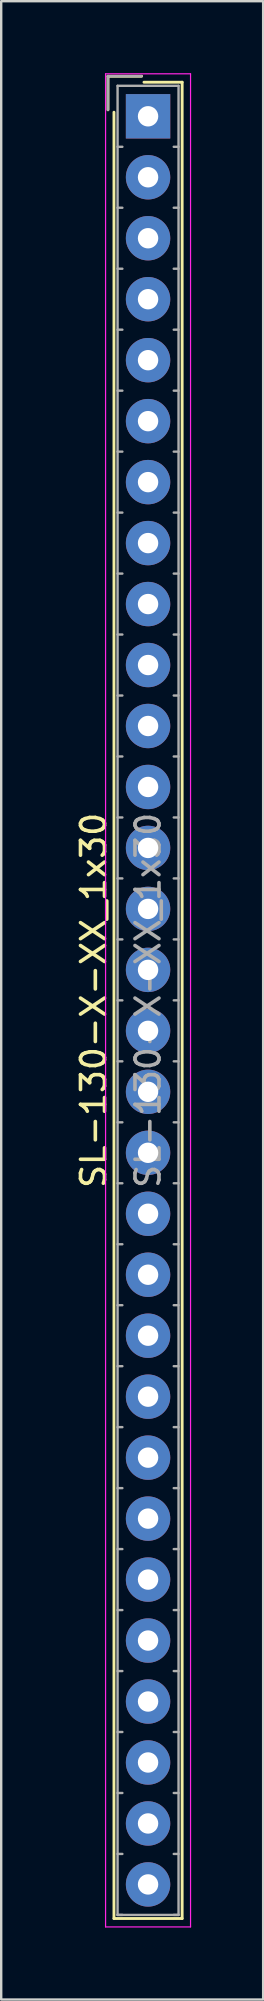
<source format=kicad_pcb>
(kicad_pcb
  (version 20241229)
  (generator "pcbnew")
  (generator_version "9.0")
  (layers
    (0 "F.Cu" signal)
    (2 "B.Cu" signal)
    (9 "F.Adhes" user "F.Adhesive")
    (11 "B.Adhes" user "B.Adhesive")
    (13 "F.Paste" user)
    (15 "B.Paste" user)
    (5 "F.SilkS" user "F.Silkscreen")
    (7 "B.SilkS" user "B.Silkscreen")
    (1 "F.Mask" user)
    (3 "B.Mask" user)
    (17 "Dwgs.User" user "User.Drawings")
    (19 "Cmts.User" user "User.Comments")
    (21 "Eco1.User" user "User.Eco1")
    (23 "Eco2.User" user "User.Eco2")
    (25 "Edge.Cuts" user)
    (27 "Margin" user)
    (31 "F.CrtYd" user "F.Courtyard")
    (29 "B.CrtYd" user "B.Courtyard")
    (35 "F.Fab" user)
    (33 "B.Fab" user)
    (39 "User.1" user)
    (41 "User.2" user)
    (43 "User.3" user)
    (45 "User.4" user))
  (footprint "SL-130-X-XX_1x30"
    (layer "F.Cu")
    (at 3.118 1.795)
    (property "Reference" "SL-130-X-XX_1x30" (at -2.27 36.83 90) (layer "F.SilkS") (effects (font (size 1 1) (thickness 0.15))))
    (attr through_hole)
    (fp_line (start -1.67 -1.67) (end -1.67 -0.27) (stroke (width 0.12) (type solid)) (layer "F.SilkS"))
    (fp_line (start -1.42 75.08) (end -1.42 -0.17) (stroke (width 0.12) (type solid)) (layer "F.SilkS"))
    (fp_line (start -0.27 -1.67) (end -1.67 -1.67) (stroke (width 0.12) (type solid)) (layer "F.SilkS"))
    (fp_line (start -0.17 -1.42) (end 1.42 -1.42) (stroke (width 0.12) (type solid)) (layer "F.SilkS"))
    (fp_line (start 1.42 -1.42) (end 1.42 75.08) (stroke (width 0.12) (type solid)) (layer "F.SilkS"))
    (fp_line (start 1.42 75.08) (end -1.42 75.08) (stroke (width 0.12) (type solid)) (layer "F.SilkS"))
    (fp_line (start -1.77 -1.77) (end -1.77 75.43) (stroke (width 0.05) (type solid)) (layer "F.CrtYd"))
    (fp_line (start -1.77 75.43) (end 1.77 75.43) (stroke (width 0.05) (type solid)) (layer "F.CrtYd"))
    (fp_line (start 1.77 -1.77) (end -1.77 -1.77) (stroke (width 0.05) (type solid)) (layer "F.CrtYd"))
    (fp_line (start 1.77 75.43) (end 1.77 -1.77) (stroke (width 0.05) (type solid)) (layer "F.CrtYd"))
    (fp_line (start -1.67 -1.67) (end -1.67 -0.27) (stroke (width 0.1) (type solid)) (layer "F.Fab"))
    (fp_line (start -1.27 -1.27) (end -1.27 74.93) (stroke (width 0.1) (type solid)) (layer "F.Fab"))
    (fp_line (start -1.27 1.27) (end -1.07 1.27) (stroke (width 0.1) (type solid)) (layer "F.Fab"))
    (fp_line (start -1.27 3.81) (end -1.07 3.81) (stroke (width 0.1) (type solid)) (layer "F.Fab"))
    (fp_line (start -1.27 6.35) (end -1.07 6.35) (stroke (width 0.1) (type solid)) (layer "F.Fab"))
    (fp_line (start -1.27 8.89) (end -1.07 8.89) (stroke (width 0.1) (type solid)) (layer "F.Fab"))
    (fp_line (start -1.27 11.43) (end -1.07 11.43) (stroke (width 0.1) (type solid)) (layer "F.Fab"))
    (fp_line (start -1.27 13.97) (end -1.07 13.97) (stroke (width 0.1) (type solid)) (layer "F.Fab"))
    (fp_line (start -1.27 16.51) (end -1.07 16.51) (stroke (width 0.1) (type solid)) (layer "F.Fab"))
    (fp_line (start -1.27 19.05) (end -1.07 19.05) (stroke (width 0.1) (type solid)) (layer "F.Fab"))
    (fp_line (start -1.27 21.59) (end -1.07 21.59) (stroke (width 0.1) (type solid)) (layer "F.Fab"))
    (fp_line (start -1.27 24.13) (end -1.07 24.13) (stroke (width 0.1) (type solid)) (layer "F.Fab"))
    (fp_line (start -1.27 26.67) (end -1.07 26.67) (stroke (width 0.1) (type solid)) (layer "F.Fab"))
    (fp_line (start -1.27 29.21) (end -1.07 29.21) (stroke (width 0.1) (type solid)) (layer "F.Fab"))
    (fp_line (start -1.27 31.75) (end -1.07 31.75) (stroke (width 0.1) (type solid)) (layer "F.Fab"))
    (fp_line (start -1.27 34.29) (end -1.07 34.29) (stroke (width 0.1) (type solid)) (layer "F.Fab"))
    (fp_line (start -1.27 36.83) (end -1.07 36.83) (stroke (width 0.1) (type solid)) (layer "F.Fab"))
    (fp_line (start -1.27 39.37) (end -1.07 39.37) (stroke (width 0.1) (type solid)) (layer "F.Fab"))
    (fp_line (start -1.27 41.91) (end -1.07 41.91) (stroke (width 0.1) (type solid)) (layer "F.Fab"))
    (fp_line (start -1.27 44.45) (end -1.07 44.45) (stroke (width 0.1) (type solid)) (layer "F.Fab"))
    (fp_line (start -1.27 46.99) (end -1.07 46.99) (stroke (width 0.1) (type solid)) (layer "F.Fab"))
    (fp_line (start -1.27 49.53) (end -1.07 49.53) (stroke (width 0.1) (type solid)) (layer "F.Fab"))
    (fp_line (start -1.27 52.07) (end -1.07 52.07) (stroke (width 0.1) (type solid)) (layer "F.Fab"))
    (fp_line (start -1.27 54.61) (end -1.07 54.61) (stroke (width 0.1) (type solid)) (layer "F.Fab"))
    (fp_line (start -1.27 57.15) (end -1.07 57.15) (stroke (width 0.1) (type solid)) (layer "F.Fab"))
    (fp_line (start -1.27 59.69) (end -1.07 59.69) (stroke (width 0.1) (type solid)) (layer "F.Fab"))
    (fp_line (start -1.27 62.23) (end -1.07 62.23) (stroke (width 0.1) (type solid)) (layer "F.Fab"))
    (fp_line (start -1.27 64.77) (end -1.07 64.77) (stroke (width 0.1) (type solid)) (layer "F.Fab"))
    (fp_line (start -1.27 67.31) (end -1.07 67.31) (stroke (width 0.1) (type solid)) (layer "F.Fab"))
    (fp_line (start -1.27 69.85) (end -1.07 69.85) (stroke (width 0.1) (type solid)) (layer "F.Fab"))
    (fp_line (start -1.27 72.39) (end -1.07 72.39) (stroke (width 0.1) (type solid)) (layer "F.Fab"))
    (fp_line (start -1.27 74.93) (end -1.07 74.93) (stroke (width 0.1) (type solid)) (layer "F.Fab"))
    (fp_line (start -1.27 74.93) (end 1.27 74.93) (stroke (width 0.1) (type solid)) (layer "F.Fab"))
    (fp_line (start -0.27 -1.67) (end -1.67 -1.67) (stroke (width 0.1) (type solid)) (layer "F.Fab"))
    (fp_line (start 1.27 -1.27) (end -1.27 -1.27) (stroke (width 0.1) (type solid)) (layer "F.Fab"))
    (fp_line (start 1.27 1.27) (end 1.07 1.27) (stroke (width 0.1) (type solid)) (layer "F.Fab"))
    (fp_line (start 1.27 3.81) (end 1.07 3.81) (stroke (width 0.1) (type solid)) (layer "F.Fab"))
    (fp_line (start 1.27 6.35) (end 1.07 6.35) (stroke (width 0.1) (type solid)) (layer "F.Fab"))
    (fp_line (start 1.27 8.89) (end 1.07 8.89) (stroke (width 0.1) (type solid)) (layer "F.Fab"))
    (fp_line (start 1.27 11.43) (end 1.07 11.43) (stroke (width 0.1) (type solid)) (layer "F.Fab"))
    (fp_line (start 1.27 13.97) (end 1.07 13.97) (stroke (width 0.1) (type solid)) (layer "F.Fab"))
    (fp_line (start 1.27 16.51) (end 1.07 16.51) (stroke (width 0.1) (type solid)) (layer "F.Fab"))
    (fp_line (start 1.27 19.05) (end 1.07 19.05) (stroke (width 0.1) (type solid)) (layer "F.Fab"))
    (fp_line (start 1.27 21.59) (end 1.07 21.59) (stroke (width 0.1) (type solid)) (layer "F.Fab"))
    (fp_line (start 1.27 24.13) (end 1.07 24.13) (stroke (width 0.1) (type solid)) (layer "F.Fab"))
    (fp_line (start 1.27 26.67) (end 1.07 26.67) (stroke (width 0.1) (type solid)) (layer "F.Fab"))
    (fp_line (start 1.27 29.21) (end 1.07 29.21) (stroke (width 0.1) (type solid)) (layer "F.Fab"))
    (fp_line (start 1.27 31.75) (end 1.07 31.75) (stroke (width 0.1) (type solid)) (layer "F.Fab"))
    (fp_line (start 1.27 34.29) (end 1.07 34.29) (stroke (width 0.1) (type solid)) (layer "F.Fab"))
    (fp_line (start 1.27 36.83) (end 1.07 36.83) (stroke (width 0.1) (type solid)) (layer "F.Fab"))
    (fp_line (start 1.27 39.37) (end 1.07 39.37) (stroke (width 0.1) (type solid)) (layer "F.Fab"))
    (fp_line (start 1.27 41.91) (end 1.07 41.91) (stroke (width 0.1) (type solid)) (layer "F.Fab"))
    (fp_line (start 1.27 44.45) (end 1.07 44.45) (stroke (width 0.1) (type solid)) (layer "F.Fab"))
    (fp_line (start 1.27 46.99) (end 1.07 46.99) (stroke (width 0.1) (type solid)) (layer "F.Fab"))
    (fp_line (start 1.27 49.53) (end 1.07 49.53) (stroke (width 0.1) (type solid)) (layer "F.Fab"))
    (fp_line (start 1.27 52.07) (end 1.07 52.07) (stroke (width 0.1) (type solid)) (layer "F.Fab"))
    (fp_line (start 1.27 54.61) (end 1.07 54.61) (stroke (width 0.1) (type solid)) (layer "F.Fab"))
    (fp_line (start 1.27 57.15) (end 1.07 57.15) (stroke (width 0.1) (type solid)) (layer "F.Fab"))
    (fp_line (start 1.27 59.69) (end 1.07 59.69) (stroke (width 0.1) (type solid)) (layer "F.Fab"))
    (fp_line (start 1.27 62.23) (end 1.07 62.23) (stroke (width 0.1) (type solid)) (layer "F.Fab"))
    (fp_line (start 1.27 64.77) (end 1.07 64.77) (stroke (width 0.1) (type solid)) (layer "F.Fab"))
    (fp_line (start 1.27 67.31) (end 1.07 67.31) (stroke (width 0.1) (type solid)) (layer "F.Fab"))
    (fp_line (start 1.27 69.85) (end 1.07 69.85) (stroke (width 0.1) (type solid)) (layer "F.Fab"))
    (fp_line (start 1.27 72.39) (end 1.07 72.39) (stroke (width 0.1) (type solid)) (layer "F.Fab"))
    (fp_line (start 1.27 74.93) (end 1.07 74.93) (stroke (width 0.1) (type solid)) (layer "F.Fab"))
    (fp_line (start 1.27 74.93) (end 1.27 -1.27) (stroke (width 0.1) (type solid)) (layer "F.Fab"))
    (fp_text user "${REFERENCE}" (at 0 36.83 90) (layer "F.Fab") (effects (font (size 1 1) (thickness 0.15))))
    (pad "1" thru_hole rect (at 0 0) (size 1.85 1.85) (drill 0.85) (layers "*.Cu" "*.Mask"))
    (pad "2" thru_hole circle (at 0 2.54) (size 1.85 1.85) (drill 0.85) (layers "*.Cu" "*.Mask"))
    (pad "3" thru_hole circle (at 0 5.08) (size 1.85 1.85) (drill 0.85) (layers "*.Cu" "*.Mask"))
    (pad "4" thru_hole circle (at 0 7.62) (size 1.85 1.85) (drill 0.85) (layers "*.Cu" "*.Mask"))
    (pad "5" thru_hole circle (at 0 10.16) (size 1.85 1.85) (drill 0.85) (layers "*.Cu" "*.Mask"))
    (pad "6" thru_hole circle (at 0 12.7) (size 1.85 1.85) (drill 0.85) (layers "*.Cu" "*.Mask"))
    (pad "7" thru_hole circle (at 0 15.24) (size 1.85 1.85) (drill 0.85) (layers "*.Cu" "*.Mask"))
    (pad "8" thru_hole circle (at 0 17.78) (size 1.85 1.85) (drill 0.85) (layers "*.Cu" "*.Mask"))
    (pad "9" thru_hole circle (at 0 20.32) (size 1.85 1.85) (drill 0.85) (layers "*.Cu" "*.Mask"))
    (pad "10" thru_hole circle (at 0 22.86) (size 1.85 1.85) (drill 0.85) (layers "*.Cu" "*.Mask"))
    (pad "11" thru_hole circle (at 0 25.4) (size 1.85 1.85) (drill 0.85) (layers "*.Cu" "*.Mask"))
    (pad "12" thru_hole circle (at 0 27.94) (size 1.85 1.85) (drill 0.85) (layers "*.Cu" "*.Mask"))
    (pad "13" thru_hole circle (at 0 30.48) (size 1.85 1.85) (drill 0.85) (layers "*.Cu" "*.Mask"))
    (pad "14" thru_hole circle (at 0 33.02) (size 1.85 1.85) (drill 0.85) (layers "*.Cu" "*.Mask"))
    (pad "15" thru_hole circle (at 0 35.56) (size 1.85 1.85) (drill 0.85) (layers "*.Cu" "*.Mask"))
    (pad "16" thru_hole circle (at 0 38.1) (size 1.85 1.85) (drill 0.85) (layers "*.Cu" "*.Mask"))
    (pad "17" thru_hole circle (at 0 40.64) (size 1.85 1.85) (drill 0.85) (layers "*.Cu" "*.Mask"))
    (pad "18" thru_hole circle (at 0 43.18) (size 1.85 1.85) (drill 0.85) (layers "*.Cu" "*.Mask"))
    (pad "19" thru_hole circle (at 0 45.72) (size 1.85 1.85) (drill 0.85) (layers "*.Cu" "*.Mask"))
    (pad "20" thru_hole circle (at 0 48.26) (size 1.85 1.85) (drill 0.85) (layers "*.Cu" "*.Mask"))
    (pad "21" thru_hole circle (at 0 50.8) (size 1.85 1.85) (drill 0.85) (layers "*.Cu" "*.Mask"))
    (pad "22" thru_hole circle (at 0 53.34) (size 1.85 1.85) (drill 0.85) (layers "*.Cu" "*.Mask"))
    (pad "23" thru_hole circle (at 0 55.88) (size 1.85 1.85) (drill 0.85) (layers "*.Cu" "*.Mask"))
    (pad "24" thru_hole circle (at 0 58.42) (size 1.85 1.85) (drill 0.85) (layers "*.Cu" "*.Mask"))
    (pad "25" thru_hole circle (at 0 60.96) (size 1.85 1.85) (drill 0.85) (layers "*.Cu" "*.Mask"))
    (pad "26" thru_hole circle (at 0 63.5) (size 1.85 1.85) (drill 0.85) (layers "*.Cu" "*.Mask"))
    (pad "27" thru_hole circle (at 0 66.04) (size 1.85 1.85) (drill 0.85) (layers "*.Cu" "*.Mask"))
    (pad "28" thru_hole circle (at 0 68.58) (size 1.85 1.85) (drill 0.85) (layers "*.Cu" "*.Mask"))
    (pad "29" thru_hole circle (at 0 71.12) (size 1.85 1.85) (drill 0.85) (layers "*.Cu" "*.Mask"))
    (pad "30" thru_hole circle (at 0 73.66) (size 1.85 1.85) (drill 0.85) (layers "*.Cu" "*.Mask")))
  (gr_rect
    (start -3 -3)
    (end 7.913 80.25)
    (stroke (width 0.1) (type default))
    (fill no)
    (layer "Edge.Cuts")))
</source>
